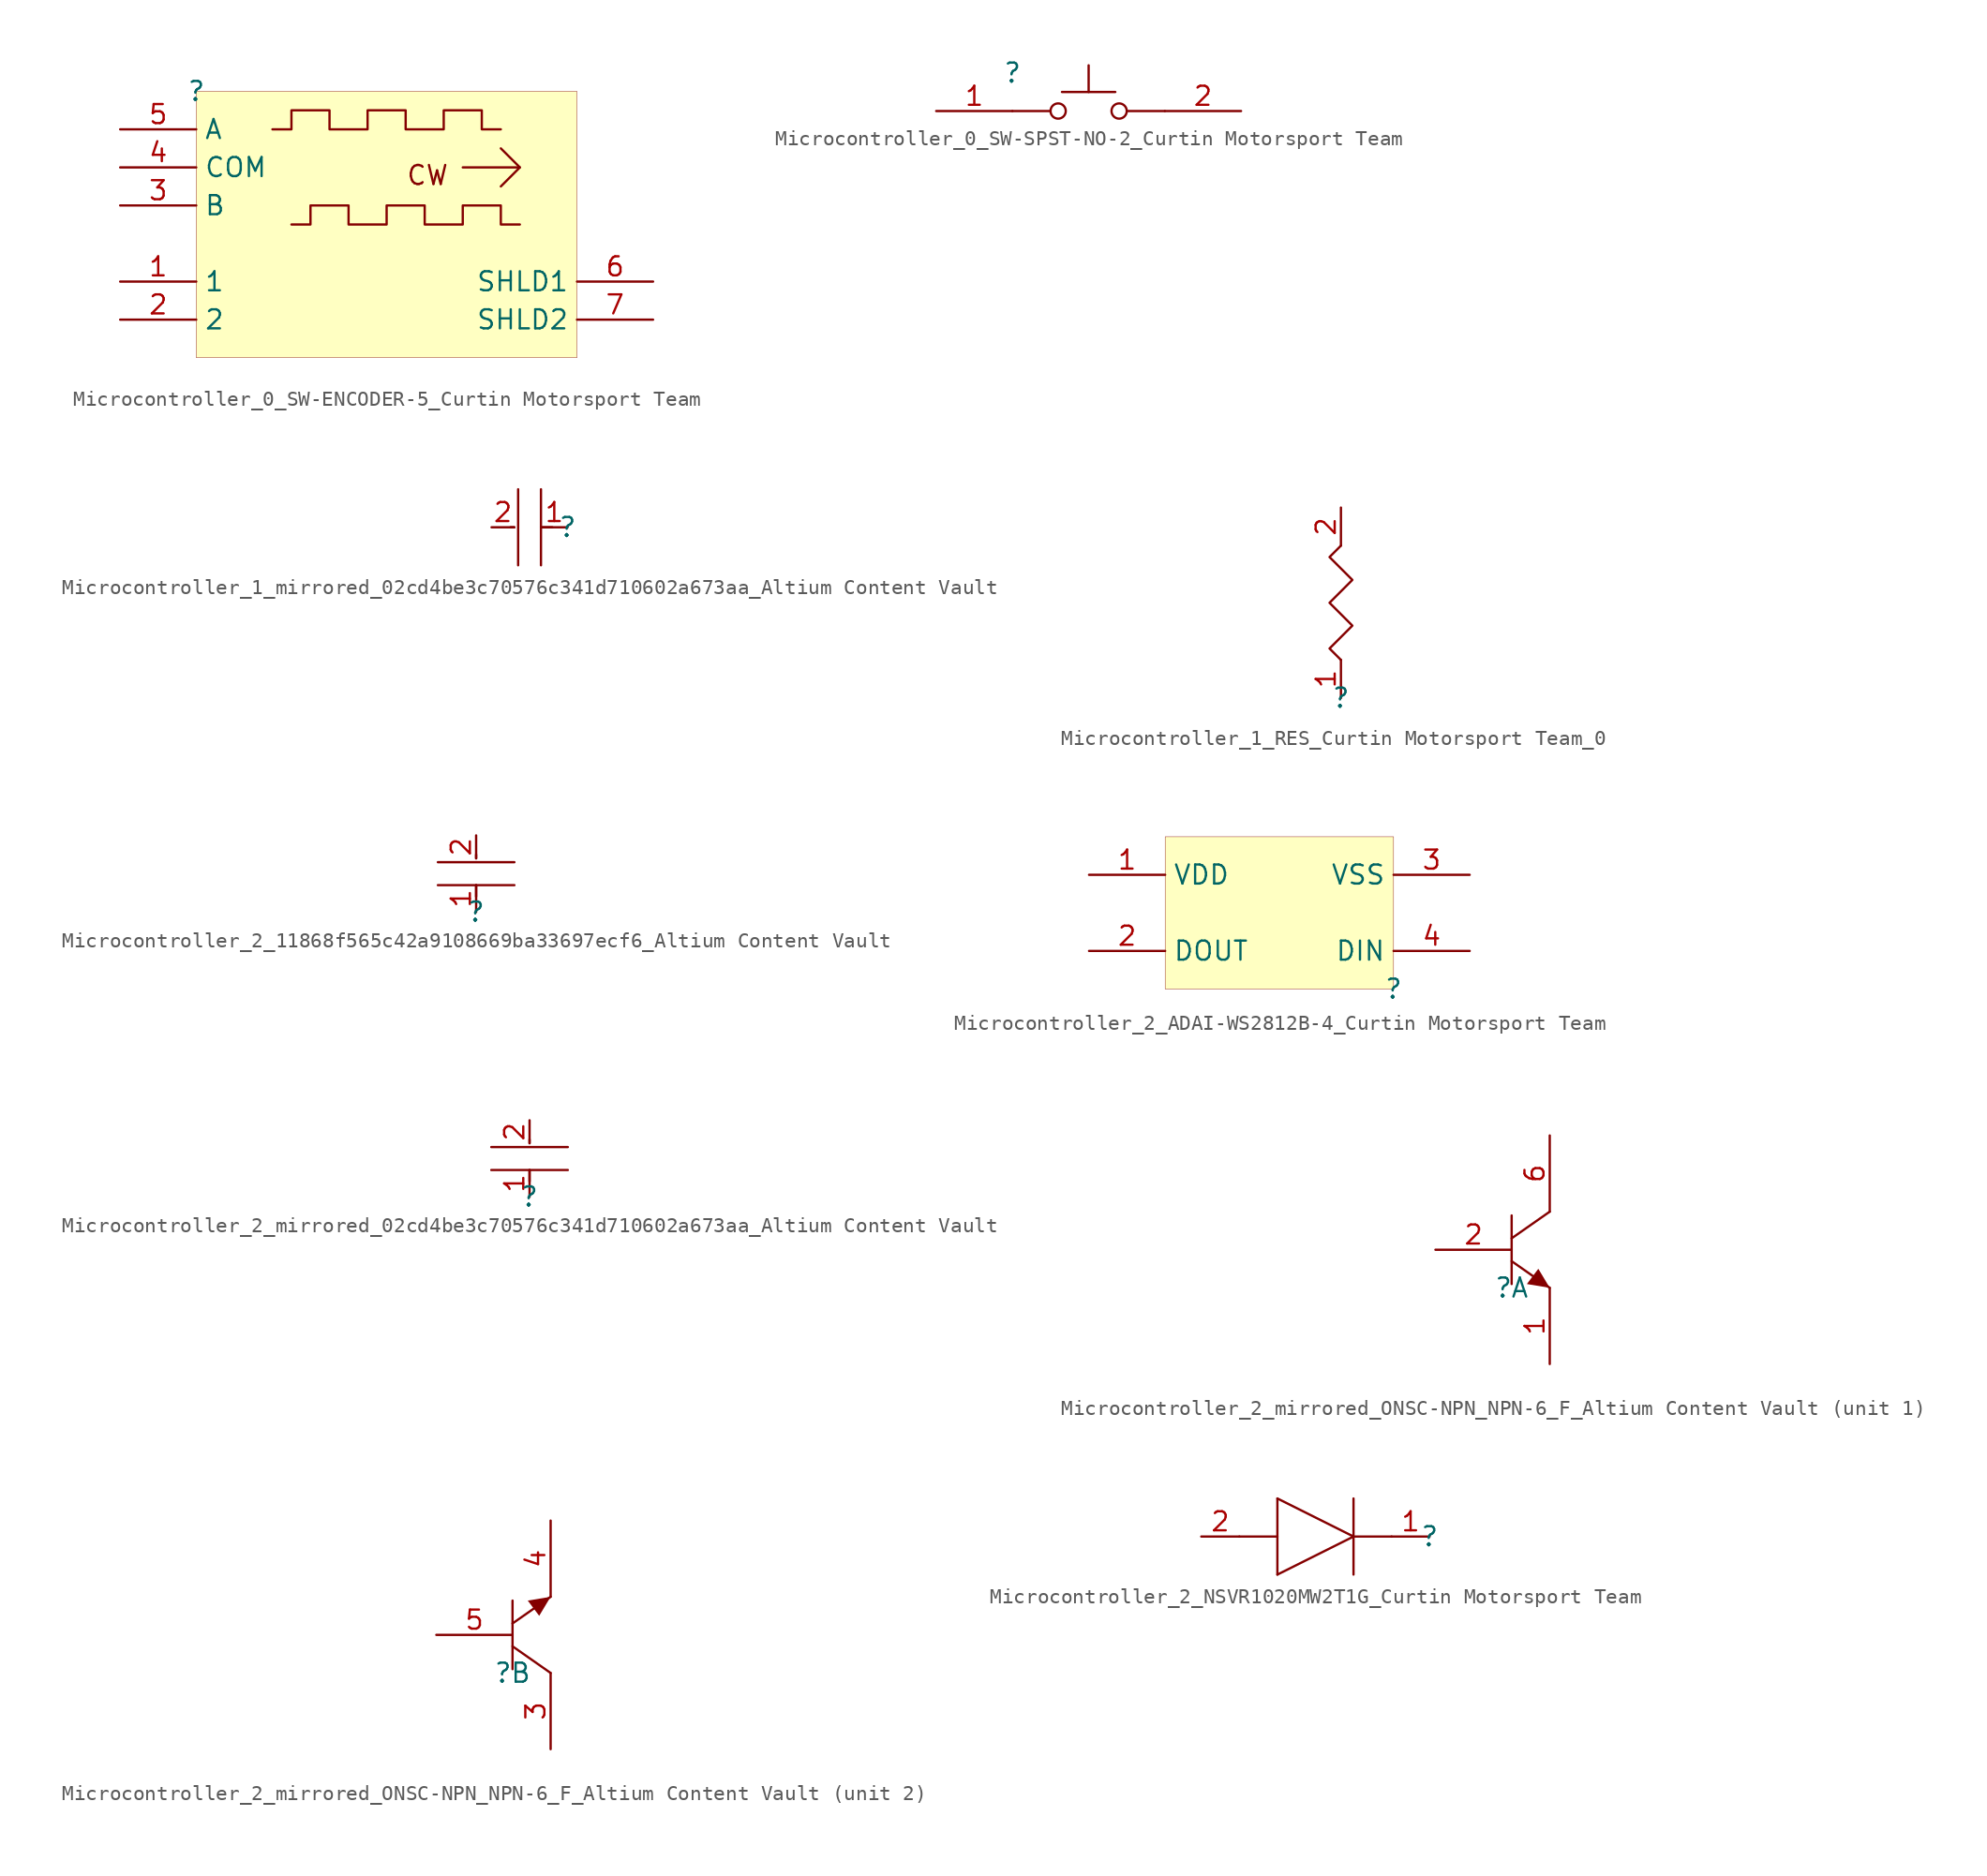
<source format=kicad_sym>
(kicad_symbol_lib
  (version 20241209)
  (generator "kicad_symbol_editor")
  (generator_version "9.0")
  (symbol "Microcontroller_0_SW-ENCODER-5_Curtin Motorsport Team"
    (property "Reference" ""
      (at 0 0 0)
      (effects (font (size 1.27 1.27))))
    (property "Value" ""
      (at 0 0 0)
      (effects (font (size 1.27 1.27))))
    (symbol "Microcontroller_0_SW-ENCODER-5_Curtin Motorsport Team_1_0"
      (polyline (pts (xy 5.08 -2.54) (xy 6.35 -2.54) (xy 6.35 -1.27) (xy 8.89 -1.27) (xy 8.89 -2.54) (xy 11.43 -2.54) (xy 11.43 -1.27) (xy 13.97 -1.27) (xy 13.97 -2.54) (xy 16.51 -2.54) (xy 16.51 -1.27) (xy 19.05 -1.27) (xy 19.05 -2.54) (xy 20.32 -2.54)) (stroke (width 0) (type solid)) (fill (type none)))
      (polyline (pts (xy 6.35 -8.89) (xy 7.62 -8.89) (xy 7.62 -7.62) (xy 10.16 -7.62) (xy 10.16 -8.89) (xy 12.7 -8.89) (xy 12.7 -7.62) (xy 15.24 -7.62) (xy 15.24 -8.89) (xy 17.78 -8.89) (xy 17.78 -7.62) (xy 20.32 -7.62) (xy 20.32 -8.89) (xy 21.59 -8.89)) (stroke (width 0) (type solid)) (fill (type none)))
      (polyline (pts (xy 20.32 -3.81) (xy 21.59 -5.08) (xy 20.32 -6.35)) (stroke (width 0) (type solid)) (fill (type none)))
      (polyline (pts (xy 21.59 -5.08) (xy 17.78 -5.08)) (stroke (width 0) (type solid)) (fill (type none)))
      (rectangle (start 25.4 0) (end 0 -17.78) (stroke (width 0.025) (type solid) (color 128 0 0 1)) (fill (type background)))
      (text "CW" (at 13.97 -6.35 0) (effects (font (size 1.27 1.27)) (justify left bottom)))
      (pin passive line (at -5.08 -2.54 0) (length 5.08) (name "A" (effects (font (size 1.27 1.27)))) (number "5" (effects (font (size 1.27 1.27)))))
      (pin passive line (at -5.08 -5.08 0) (length 5.08) (name "COM" (effects (font (size 1.27 1.27)))) (number "4" (effects (font (size 1.27 1.27)))))
      (pin passive line (at -5.08 -7.62 0) (length 5.08) (name "B" (effects (font (size 1.27 1.27)))) (number "3" (effects (font (size 1.27 1.27)))))
      (pin passive line (at -5.08 -12.7 0) (length 5.08) (name "1" (effects (font (size 1.27 1.27)))) (number "1" (effects (font (size 1.27 1.27)))))
      (pin passive line (at -5.08 -15.24 0) (length 5.08) (name "2" (effects (font (size 1.27 1.27)))) (number "2" (effects (font (size 1.27 1.27)))))
      (pin passive line (at 30.48 -12.7 180) (length 5.08) (name "SHLD1" (effects (font (size 1.27 1.27)))) (number "6" (effects (font (size 1.27 1.27)))))
      (pin passive line (at 30.48 -15.24 180) (length 5.08) (name "SHLD2" (effects (font (size 1.27 1.27)))) (number "7" (effects (font (size 1.27 1.27)))))))
  (symbol "Microcontroller_0_SW-SPST-NO-2_Curtin Motorsport Team"
    (pin_names
      (hide yes))
    (property "Reference" ""
      (at 0 0 0)
      (effects (font (size 1.27 1.27))))
    (property "Value" ""
      (at 0 0 0)
      (effects (font (size 1.27 1.27))))
    (symbol "Microcontroller_0_SW-SPST-NO-2_Curtin Motorsport Team_1_0"
      (polyline (pts (xy 2.54 -2.54) (xy 0 -2.54)) (stroke (width 0) (type solid)) (fill (type none)))
      (circle (center 3.048 -2.54) (radius 0.508) (stroke (width 0) (type solid)) (fill (type none)))
      (polyline (pts (xy 5.08 -1.27) (xy 5.08 0.508)) (stroke (width 0) (type solid)) (fill (type none)))
      (polyline (pts (xy 6.858 -1.27) (xy 3.302 -1.27)) (stroke (width 0) (type solid)) (fill (type none)))
      (circle (center 7.112 -2.54) (radius 0.508) (stroke (width 0) (type solid)) (fill (type none)))
      (polyline (pts (xy 7.62 -2.54) (xy 10.16 -2.54)) (stroke (width 0) (type solid)) (fill (type none)))
      (pin passive line (at -5.08 -2.54 0) (length 5.08) (name "1" (effects (font (size 1.27 1.27)))) (number "1" (effects (font (size 1.27 1.27)))))
      (pin passive line (at 15.24 -2.54 180) (length 5.08) (name "2" (effects (font (size 1.27 1.27)))) (number "2" (effects (font (size 1.27 1.27)))))))
  (symbol "Microcontroller_1_mirrored_02cd4be3c70576c341d710602a673aa_Altium Content Vault"
    (pin_names
      (hide yes))
    (property "Reference" ""
      (at 0 0 0)
      (effects (font (size 1.27 1.27))))
    (property "Value" ""
      (at 0 0 0)
      (effects (font (size 1.27 1.27))))
    (symbol "Microcontroller_1_mirrored_02cd4be3c70576c341d710602a673aa_Altium Content Vault_1_0"
      (polyline (pts (xy -3.556 0) (xy -3.81 0)) (stroke (width 0) (type solid)) (fill (type none)))
      (polyline (pts (xy -3.302 2.54) (xy -3.302 -2.54)) (stroke (width 0) (type solid)) (fill (type none)))
      (polyline (pts (xy -1.778 2.54) (xy -1.778 -2.54)) (stroke (width 0) (type solid)) (fill (type none)))
      (polyline (pts (xy -1.778 0) (xy -1.016 0)) (stroke (width 0) (type solid)) (fill (type none)))
      (pin passive line (at -5.08 0 0) (length 1.524) (name "2" (effects (font (size 1.27 1.27)))) (number "2" (effects (font (size 1.27 1.27)))))
      (pin passive line (at 0 0 180) (length 1.778) (name "1" (effects (font (size 1.27 1.27)))) (number "1" (effects (font (size 1.27 1.27)))))))
  (symbol "Microcontroller_1_RES_Curtin Motorsport Team_0"
    (pin_names
      (hide yes))
    (property "Reference" ""
      (at 0 0 0)
      (effects (font (size 1.27 1.27))))
    (property "Value" ""
      (at 0 0 0)
      (effects (font (size 1.27 1.27))))
    (symbol "Microcontroller_1_RES_Curtin Motorsport Team_0_1_0"
      (polyline (pts (xy 0 10.16) (xy -0.762 9.398) (xy 0 8.636) (xy 0.762 7.874) (xy -0.762 6.35) (xy 0.762 4.826) (xy -0.762 3.302) (xy 0 2.54)) (stroke (width 0) (type solid)) (fill (type none)))
      (pin passive line (at 0 12.7 270) (length 2.54) (name "2" (effects (font (size 1.27 1.27)))) (number "2" (effects (font (size 1.27 1.27)))))
      (pin passive line (at 0 0 90) (length 2.54) (name "1" (effects (font (size 1.27 1.27)))) (number "1" (effects (font (size 1.27 1.27)))))))
  (symbol "Microcontroller_2_11868f565c42a9108669ba33697ecf6_Altium Content Vault"
    (pin_names
      (hide yes))
    (property "Reference" ""
      (at 0 0 0)
      (effects (font (size 1.27 1.27))))
    (property "Value" ""
      (at 0 0 0)
      (effects (font (size 1.27 1.27))))
    (symbol "Microcontroller_2_11868f565c42a9108669ba33697ecf6_Altium Content Vault_1_0"
      (polyline (pts (xy -2.54 3.302) (xy 2.54 3.302)) (stroke (width 0) (type solid)) (fill (type none)))
      (polyline (pts (xy -2.54 1.778) (xy 2.54 1.778)) (stroke (width 0) (type solid)) (fill (type none)))
      (polyline (pts (xy 0 3.556) (xy 0 3.81)) (stroke (width 0) (type solid)) (fill (type none)))
      (polyline (pts (xy 0 1.778) (xy 0 1.016)) (stroke (width 0) (type solid)) (fill (type none)))
      (pin passive line (at 0 5.08 270) (length 1.524) (name "2" (effects (font (size 1.27 1.27)))) (number "2" (effects (font (size 1.27 1.27)))))
      (pin passive line (at 0 0 90) (length 1.778) (name "1" (effects (font (size 1.27 1.27)))) (number "1" (effects (font (size 1.27 1.27)))))))
  (symbol "Microcontroller_2_ADAI-WS2812B-4_Curtin Motorsport Team"
    (property "Reference" ""
      (at 0 0 0)
      (effects (font (size 1.27 1.27))))
    (property "Value" ""
      (at 0 0 0)
      (effects (font (size 1.27 1.27))))
    (symbol "Microcontroller_2_ADAI-WS2812B-4_Curtin Motorsport Team_1_0"
      (rectangle (start 0 10.16) (end -15.24 0) (stroke (width 0.025) (type solid) (color 128 0 0 1)) (fill (type background)))
      (pin power_in line (at -20.32 7.62 0) (length 5.08) (name "VDD" (effects (font (size 1.27 1.27)))) (number "1" (effects (font (size 1.27 1.27)))))
      (pin output line (at -20.32 2.54 0) (length 5.08) (name "DOUT" (effects (font (size 1.27 1.27)))) (number "2" (effects (font (size 1.27 1.27)))))
      (pin power_in line (at 5.08 7.62 180) (length 5.08) (name "VSS" (effects (font (size 1.27 1.27)))) (number "3" (effects (font (size 1.27 1.27)))))
      (pin input line (at 5.08 2.54 180) (length 5.08) (name "DIN" (effects (font (size 1.27 1.27)))) (number "4" (effects (font (size 1.27 1.27)))))))
  (symbol "Microcontroller_2_mirrored_02cd4be3c70576c341d710602a673aa_Altium Content Vault"
    (pin_names
      (hide yes))
    (property "Reference" ""
      (at 0 0 0)
      (effects (font (size 1.27 1.27))))
    (property "Value" ""
      (at 0 0 0)
      (effects (font (size 1.27 1.27))))
    (symbol "Microcontroller_2_mirrored_02cd4be3c70576c341d710602a673aa_Altium Content Vault_1_0"
      (polyline (pts (xy 0 3.556) (xy 0 3.81)) (stroke (width 0) (type solid)) (fill (type none)))
      (polyline (pts (xy 0 1.778) (xy 0 1.016)) (stroke (width 0) (type solid)) (fill (type none)))
      (polyline (pts (xy 2.54 3.302) (xy -2.54 3.302)) (stroke (width 0) (type solid)) (fill (type none)))
      (polyline (pts (xy 2.54 1.778) (xy -2.54 1.778)) (stroke (width 0) (type solid)) (fill (type none)))
      (pin passive line (at 0 5.08 270) (length 1.524) (name "2" (effects (font (size 1.27 1.27)))) (number "2" (effects (font (size 1.27 1.27)))))
      (pin passive line (at 0 0 90) (length 1.778) (name "1" (effects (font (size 1.27 1.27)))) (number "1" (effects (font (size 1.27 1.27)))))))
  (symbol "Microcontroller_2_mirrored_ONSC-NPN_NPN-6_F_Altium Content Vault"
    (pin_names
      (hide yes))
    (property "Reference" ""
      (at 0 0 0)
      (effects (font (size 1.27 1.27))))
    (property "Value" ""
      (at 0 0 0)
      (effects (font (size 1.27 1.27))))
    (symbol "Microcontroller_2_mirrored_ONSC-NPN_NPN-6_F_Altium Content Vault_1_0"
      (polyline (pts (xy 0 4.826) (xy 0 0.254)) (stroke (width 0) (type solid)) (fill (type none)))
      (polyline (pts (xy 0 1.778) (xy 2.54 0)) (stroke (width 0) (type solid)) (fill (type none)))
      (polyline (pts (xy 2.54 5.08) (xy 0 3.302)) (stroke (width 0) (type solid)) (fill (type none)))
      (polyline (pts (xy 2.54 0) (xy 1.778 1.27) (xy 1.016 0.254) (xy 2.54 0)) (stroke (width -0.0001) (type solid)) (fill (type outline)))
      (pin passive line (at -5.08 2.54 0) (length 5.08) (name "B" (effects (font (size 1.27 1.27)))) (number "2" (effects (font (size 1.27 1.27)))))
      (pin passive line (at 2.54 10.16 270) (length 5.08) (name "C" (effects (font (size 1.27 1.27)))) (number "6" (effects (font (size 1.27 1.27)))))
      (pin passive line (at 2.54 -5.08 90) (length 5.08) (name "E" (effects (font (size 1.27 1.27)))) (number "1" (effects (font (size 1.27 1.27))))))
    (symbol "Microcontroller_2_mirrored_ONSC-NPN_NPN-6_F_Altium Content Vault_2_0"
      (polyline (pts (xy 0 3.302) (xy 2.54 5.08)) (stroke (width 0) (type solid)) (fill (type none)))
      (polyline (pts (xy 0 0.254) (xy 0 4.826)) (stroke (width 0) (type solid)) (fill (type none)))
      (polyline (pts (xy 2.54 5.08) (xy 1.778 3.81) (xy 1.016 4.826) (xy 2.54 5.08)) (stroke (width -0.0001) (type solid)) (fill (type outline)))
      (polyline (pts (xy 2.54 0) (xy 0 1.778)) (stroke (width 0) (type solid)) (fill (type none)))
      (pin passive line (at -5.08 2.54 0) (length 5.08) (name "B" (effects (font (size 1.27 1.27)))) (number "5" (effects (font (size 1.27 1.27)))))
      (pin passive line (at 2.54 10.16 270) (length 5.08) (name "E" (effects (font (size 1.27 1.27)))) (number "4" (effects (font (size 1.27 1.27)))))
      (pin passive line (at 2.54 -5.08 90) (length 5.08) (name "C" (effects (font (size 1.27 1.27)))) (number "3" (effects (font (size 1.27 1.27)))))))
  (symbol "Microcontroller_2_NSVR1020MW2T1G_Curtin Motorsport Team"
    (pin_names
      (hide yes))
    (property "Reference" ""
      (at 0 0 0)
      (effects (font (size 1.27 1.27))))
    (property "Value" ""
      (at 0 0 0)
      (effects (font (size 1.27 1.27))))
    (symbol "Microcontroller_2_NSVR1020MW2T1G_Curtin Motorsport Team_1_0"
      (polyline (pts (xy -10.16 2.54) (xy -5.08 0)) (stroke (width 0) (type solid)) (fill (type none)))
      (polyline (pts (xy -10.16 0) (xy -12.7 0)) (stroke (width 0) (type solid)) (fill (type none)))
      (polyline (pts (xy -10.16 -2.54) (xy -10.16 2.54)) (stroke (width 0) (type solid)) (fill (type none)))
      (polyline (pts (xy -5.08 0) (xy -10.16 -2.54)) (stroke (width 0) (type solid)) (fill (type none)))
      (polyline (pts (xy -5.08 -2.54) (xy -5.08 2.54)) (stroke (width 0) (type solid)) (fill (type none)))
      (polyline (pts (xy -2.54 0) (xy -5.08 0)) (stroke (width 0) (type solid)) (fill (type none)))
      (pin passive line (at -15.24 0 0) (length 2.54) (name "A" (effects (font (size 1.27 1.27)))) (number "2" (effects (font (size 1.27 1.27)))))
      (pin passive line (at 0 0 180) (length 2.54) (name "K" (effects (font (size 1.27 1.27)))) (number "1" (effects (font (size 1.27 1.27))))))))
</source>
